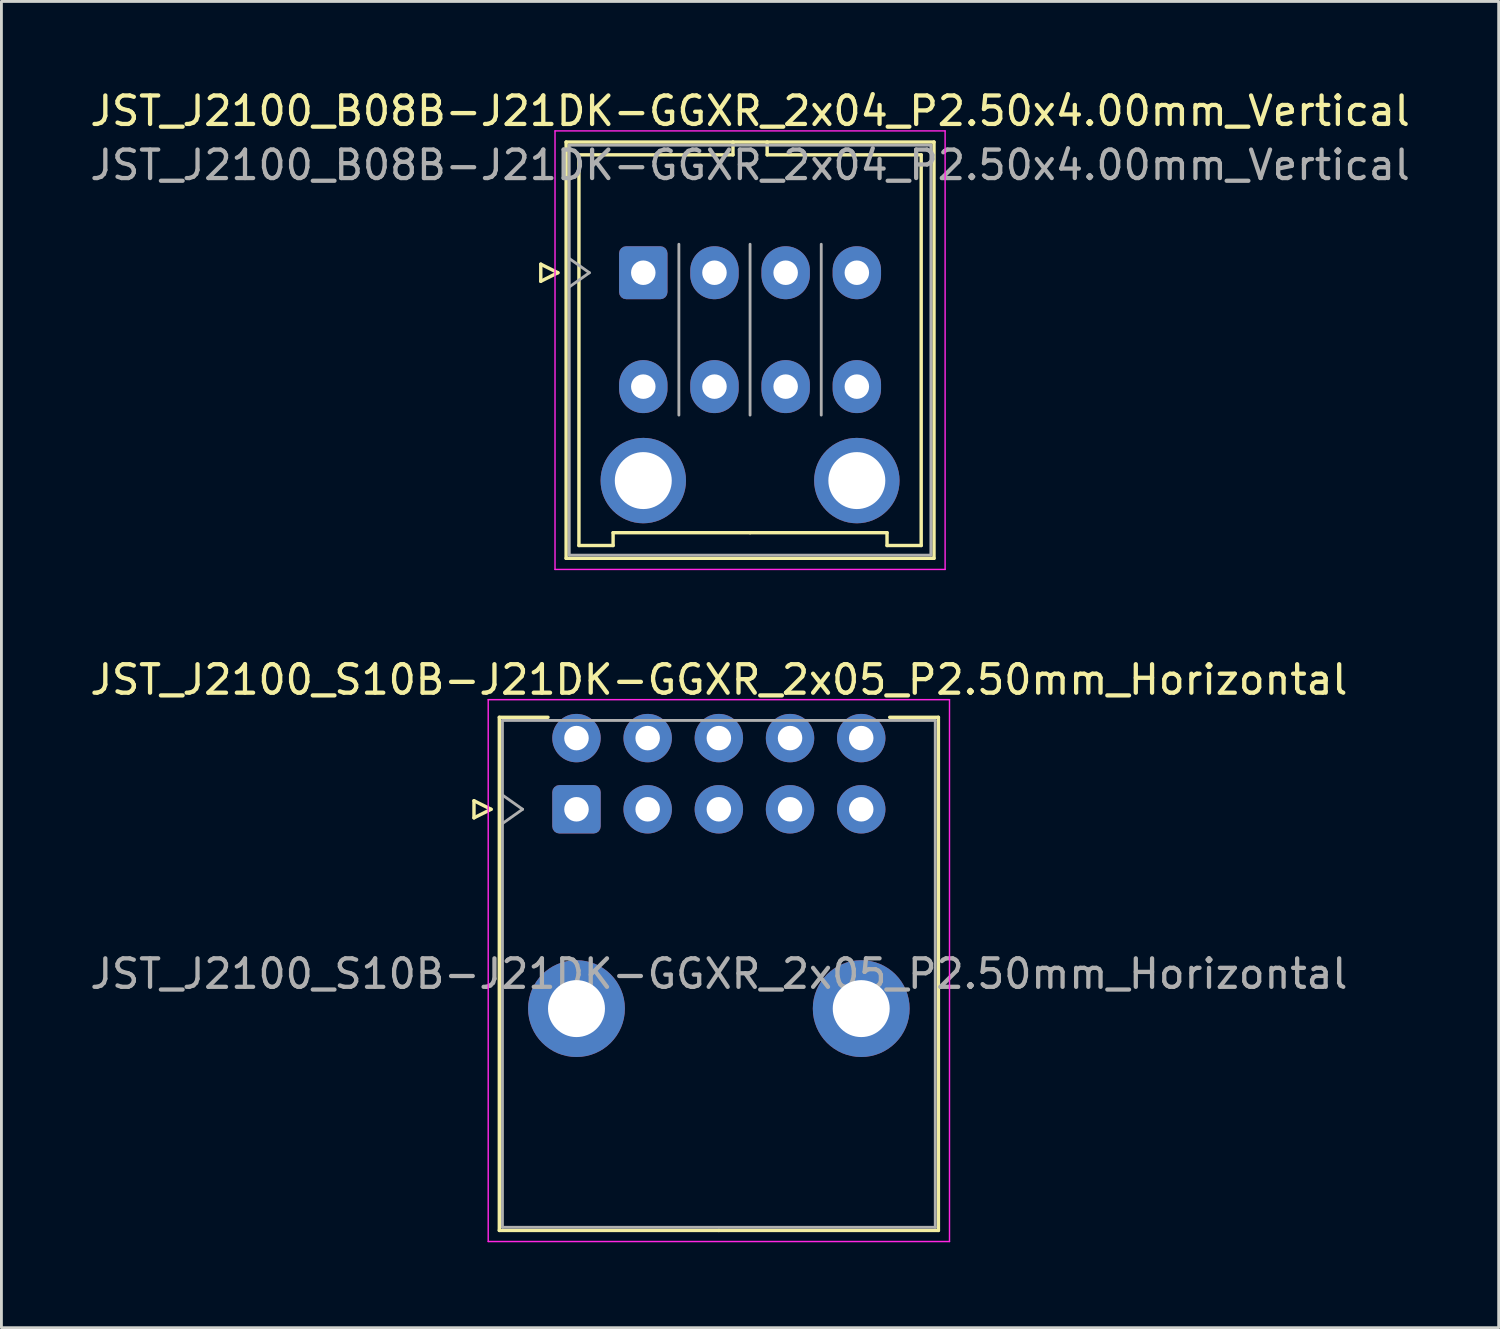
<source format=kicad_pcb>
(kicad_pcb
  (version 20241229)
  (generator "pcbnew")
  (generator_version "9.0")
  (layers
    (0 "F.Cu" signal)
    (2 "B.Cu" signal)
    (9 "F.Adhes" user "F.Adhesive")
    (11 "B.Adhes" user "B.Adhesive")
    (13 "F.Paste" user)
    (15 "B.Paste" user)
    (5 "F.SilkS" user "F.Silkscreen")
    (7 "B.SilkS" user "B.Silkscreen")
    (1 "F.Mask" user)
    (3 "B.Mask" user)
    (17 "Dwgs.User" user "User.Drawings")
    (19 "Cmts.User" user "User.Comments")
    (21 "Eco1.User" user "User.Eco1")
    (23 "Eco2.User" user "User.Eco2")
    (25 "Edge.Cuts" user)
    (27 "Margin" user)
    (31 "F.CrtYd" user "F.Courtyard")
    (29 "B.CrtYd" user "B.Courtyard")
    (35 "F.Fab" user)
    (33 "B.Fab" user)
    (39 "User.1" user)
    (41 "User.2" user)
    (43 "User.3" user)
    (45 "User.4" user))
  (footprint "JST_J2100_B08B-J21DK-GGXR_2x04_P2.50x4.00mm_Vertical"
    (layer "F.Cu")
    (at 19.542 6.528)
    (property "Reference" "JST_J2100_B08B-J21DK-GGXR_2x04_P2.50x4.00mm_Vertical" (at 3.75 -5.68 0) (layer "F.SilkS") (effects (font (size 1 1) (thickness 0.15))))
    (attr through_hole)
    (fp_line (start -3.6 -0.3) (end -3 0) (stroke (width 0.12) (type solid)) (layer "F.SilkS"))
    (fp_line (start -3.6 0.3) (end -3.6 -0.3) (stroke (width 0.12) (type solid)) (layer "F.SilkS"))
    (fp_line (start -3 0) (end -3.6 0.3) (stroke (width 0.12) (type solid)) (layer "F.SilkS"))
    (fp_line (start -2.71 -4.59) (end -2.71 10.03) (stroke (width 0.12) (type solid)) (layer "F.SilkS"))
    (fp_line (start -2.71 10.03) (end 10.21 10.03) (stroke (width 0.12) (type solid)) (layer "F.SilkS"))
    (fp_line (start -2.26 -4.14) (end -2.26 9.58) (stroke (width 0.12) (type solid)) (layer "F.SilkS"))
    (fp_line (start -2.26 9.58) (end -1.06 9.58) (stroke (width 0.12) (type solid)) (layer "F.SilkS"))
    (fp_line (start -1.06 9.13) (end 3.75 9.13) (stroke (width 0.12) (type solid)) (layer "F.SilkS"))
    (fp_line (start -1.06 9.58) (end -1.06 9.13) (stroke (width 0.12) (type solid)) (layer "F.SilkS"))
    (fp_line (start 3.15 -4.59) (end 3.15 -4.14) (stroke (width 0.12) (type solid)) (layer "F.SilkS"))
    (fp_line (start 3.15 -4.14) (end -2.26 -4.14) (stroke (width 0.12) (type solid)) (layer "F.SilkS"))
    (fp_line (start 4.35 -4.59) (end 4.35 -4.14) (stroke (width 0.12) (type solid)) (layer "F.SilkS"))
    (fp_line (start 4.35 -4.14) (end 9.76 -4.14) (stroke (width 0.12) (type solid)) (layer "F.SilkS"))
    (fp_line (start 8.56 9.13) (end 3.75 9.13) (stroke (width 0.12) (type solid)) (layer "F.SilkS"))
    (fp_line (start 8.56 9.58) (end 8.56 9.13) (stroke (width 0.12) (type solid)) (layer "F.SilkS"))
    (fp_line (start 9.76 -4.14) (end 9.76 9.58) (stroke (width 0.12) (type solid)) (layer "F.SilkS"))
    (fp_line (start 9.76 9.58) (end 8.56 9.58) (stroke (width 0.12) (type solid)) (layer "F.SilkS"))
    (fp_line (start 10.21 -4.59) (end -2.71 -4.59) (stroke (width 0.12) (type solid)) (layer "F.SilkS"))
    (fp_line (start 10.21 10.03) (end 10.21 -4.59) (stroke (width 0.12) (type solid)) (layer "F.SilkS"))
    (fp_line (start -3.1 -4.98) (end -3.1 10.42) (stroke (width 0.05) (type solid)) (layer "F.CrtYd"))
    (fp_line (start -3.1 10.42) (end 10.6 10.42) (stroke (width 0.05) (type solid)) (layer "F.CrtYd"))
    (fp_line (start 10.6 -4.98) (end -3.1 -4.98) (stroke (width 0.05) (type solid)) (layer "F.CrtYd"))
    (fp_line (start 10.6 10.42) (end 10.6 -4.98) (stroke (width 0.05) (type solid)) (layer "F.CrtYd"))
    (fp_line (start -2.6 -4.48) (end -2.6 9.92) (stroke (width 0.1) (type solid)) (layer "F.Fab"))
    (fp_line (start -2.6 0.5) (end -1.893 0) (stroke (width 0.1) (type solid)) (layer "F.Fab"))
    (fp_line (start -2.6 9.92) (end 10.1 9.92) (stroke (width 0.1) (type solid)) (layer "F.Fab"))
    (fp_line (start -1.893 0) (end -2.6 -0.5) (stroke (width 0.1) (type solid)) (layer "F.Fab"))
    (fp_line (start 1.25 5) (end 1.25 -1) (stroke (width 0.1) (type solid)) (layer "F.Fab"))
    (fp_line (start 3.75 5) (end 3.75 -1) (stroke (width 0.1) (type solid)) (layer "F.Fab"))
    (fp_line (start 6.25 5) (end 6.25 -1) (stroke (width 0.1) (type solid)) (layer "F.Fab"))
    (fp_line (start 10.1 -4.48) (end -2.6 -4.48) (stroke (width 0.1) (type solid)) (layer "F.Fab"))
    (fp_line (start 10.1 9.92) (end 10.1 -4.48) (stroke (width 0.1) (type solid)) (layer "F.Fab"))
    (fp_text user "${REFERENCE}" (at 3.75 -3.78 0) (layer "F.Fab") (effects (font (size 1 1) (thickness 0.15))))
    (pad "" thru_hole circle (at 0 7.3) (size 3 3) (drill 2) (layers "*.Cu" "*.Mask"))
    (pad "" thru_hole circle (at 7.5 7.3) (size 3 3) (drill 2) (layers "*.Cu" "*.Mask"))
    (pad "1" thru_hole roundrect (at 0 0) (size 1.7 1.86) (drill 0.86) (layers "*.Cu" "*.Mask") (roundrect_rratio 0.147))
    (pad "2" thru_hole oval (at 2.5 0) (size 1.7 1.86) (drill 0.86) (layers "*.Cu" "*.Mask"))
    (pad "3" thru_hole oval (at 5 0) (size 1.7 1.86) (drill 0.86) (layers "*.Cu" "*.Mask"))
    (pad "4" thru_hole oval (at 7.5 0) (size 1.7 1.86) (drill 0.86) (layers "*.Cu" "*.Mask"))
    (pad "5" thru_hole oval (at 0 4) (size 1.7 1.86) (drill 0.86) (layers "*.Cu" "*.Mask"))
    (pad "6" thru_hole oval (at 2.5 4) (size 1.7 1.86) (drill 0.86) (layers "*.Cu" "*.Mask"))
    (pad "7" thru_hole oval (at 5 4) (size 1.7 1.86) (drill 0.86) (layers "*.Cu" "*.Mask"))
    (pad "8" thru_hole oval (at 7.5 4) (size 1.7 1.86) (drill 0.86) (layers "*.Cu" "*.Mask")))
  (footprint "JST_J2100_S10B-J21DK-GGXR_2x05_P2.50mm_Horizontal"
    (layer "F.Cu")
    (at 17.196 25.372)
    (property "Reference" "JST_J2100_S10B-J21DK-GGXR_2x05_P2.50mm_Horizontal" (at 5 -4.55 0) (layer "F.SilkS") (effects (font (size 1 1) (thickness 0.15))))
    (attr through_hole)
    (fp_line (start -3.6 -0.3) (end -3 0) (stroke (width 0.12) (type solid)) (layer "F.SilkS"))
    (fp_line (start -3.6 0.3) (end -3.6 -0.3) (stroke (width 0.12) (type solid)) (layer "F.SilkS"))
    (fp_line (start -3 0) (end -3.6 0.3) (stroke (width 0.12) (type solid)) (layer "F.SilkS"))
    (fp_line (start -2.71 -3.23) (end -2.71 14.79) (stroke (width 0.12) (type solid)) (layer "F.SilkS"))
    (fp_line (start -2.71 14.79) (end 5 14.79) (stroke (width 0.12) (type solid)) (layer "F.SilkS"))
    (fp_line (start -1 -3.23) (end -2.71 -3.23) (stroke (width 0.12) (type solid)) (layer "F.SilkS"))
    (fp_line (start 11 -3.23) (end 12.71 -3.23) (stroke (width 0.12) (type solid)) (layer "F.SilkS"))
    (fp_line (start 12.71 -3.23) (end 12.71 14.79) (stroke (width 0.12) (type solid)) (layer "F.SilkS"))
    (fp_line (start 12.71 14.79) (end 5 14.79) (stroke (width 0.12) (type solid)) (layer "F.SilkS"))
    (fp_line (start -3.1 -3.85) (end -3.1 15.18) (stroke (width 0.05) (type solid)) (layer "F.CrtYd"))
    (fp_line (start -3.1 15.18) (end 13.1 15.18) (stroke (width 0.05) (type solid)) (layer "F.CrtYd"))
    (fp_line (start 13.1 -3.85) (end -3.1 -3.85) (stroke (width 0.05) (type solid)) (layer "F.CrtYd"))
    (fp_line (start 13.1 15.18) (end 13.1 -3.85) (stroke (width 0.05) (type solid)) (layer "F.CrtYd"))
    (fp_line (start -2.6 -3.12) (end -2.6 14.68) (stroke (width 0.1) (type solid)) (layer "F.Fab"))
    (fp_line (start -2.6 0.5) (end -1.893 0) (stroke (width 0.1) (type solid)) (layer "F.Fab"))
    (fp_line (start -2.6 14.68) (end 12.6 14.68) (stroke (width 0.1) (type solid)) (layer "F.Fab"))
    (fp_line (start -1.893 0) (end -2.6 -0.5) (stroke (width 0.1) (type solid)) (layer "F.Fab"))
    (fp_line (start 12.6 -3.12) (end -2.6 -3.12) (stroke (width 0.1) (type solid)) (layer "F.Fab"))
    (fp_line (start 12.6 14.68) (end 12.6 -3.12) (stroke (width 0.1) (type solid)) (layer "F.Fab"))
    (fp_text user "${REFERENCE}" (at 5 5.78 0) (layer "F.Fab") (effects (font (size 1 1) (thickness 0.15))))
    (pad "" thru_hole circle (at 0 7) (size 3.4 3.4) (drill 2) (layers "*.Cu" "*.Mask"))
    (pad "" thru_hole circle (at 10 7) (size 3.4 3.4) (drill 2) (layers "*.Cu" "*.Mask"))
    (pad "1" thru_hole roundrect (at 0 0) (size 1.7 1.7) (drill 0.86) (layers "*.Cu" "*.Mask") (roundrect_rratio 0.147))
    (pad "2" thru_hole circle (at 2.5 0) (size 1.7 1.7) (drill 0.86) (layers "*.Cu" "*.Mask"))
    (pad "3" thru_hole circle (at 5 0) (size 1.7 1.7) (drill 0.86) (layers "*.Cu" "*.Mask"))
    (pad "4" thru_hole circle (at 7.5 0) (size 1.7 1.7) (drill 0.86) (layers "*.Cu" "*.Mask"))
    (pad "5" thru_hole circle (at 10 0) (size 1.7 1.7) (drill 0.86) (layers "*.Cu" "*.Mask"))
    (pad "6" thru_hole circle (at 0 -2.5) (size 1.7 1.7) (drill 0.86) (layers "*.Cu" "*.Mask"))
    (pad "7" thru_hole circle (at 2.5 -2.5) (size 1.7 1.7) (drill 0.86) (layers "*.Cu" "*.Mask"))
    (pad "8" thru_hole circle (at 5 -2.5) (size 1.7 1.7) (drill 0.86) (layers "*.Cu" "*.Mask"))
    (pad "9" thru_hole circle (at 7.5 -2.5) (size 1.7 1.7) (drill 0.86) (layers "*.Cu" "*.Mask"))
    (pad "10" thru_hole circle (at 10 -2.5) (size 1.7 1.7) (drill 0.86) (layers "*.Cu" "*.Mask")))
  (gr_rect
    (start -3 -3)
    (end 49.583 43.577)
    (stroke (width 0.1) (type default))
    (fill no)
    (layer "Edge.Cuts")))
</source>
